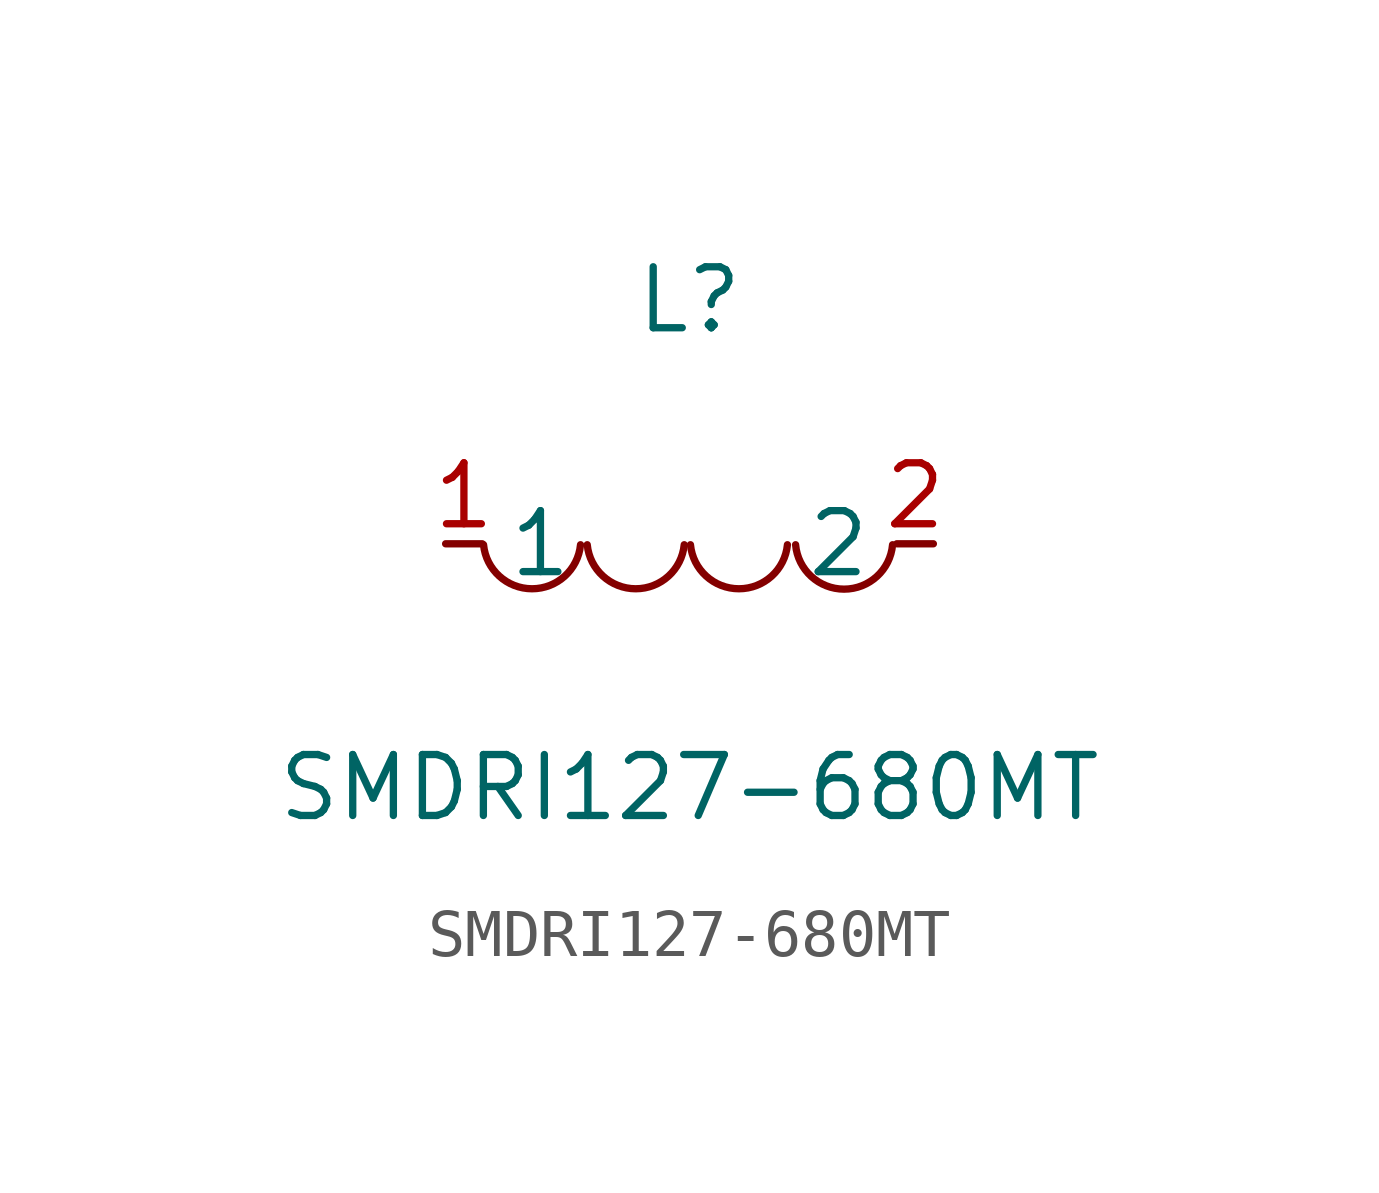
<source format=kicad_sym>
(kicad_symbol_lib
  (version 20211014)
  (generator https://github.com/uPesy/easyeda2kicad.py)
  (symbol "SMDRI127-680MT"
    (property "Reference" "L"
      (at 0 5.08 0)
      (effects (font (size 1.27 1.27))))
    (property "Value" "SMDRI127-680MT"
      (at 0 -5.08 0)
      (effects (font (size 1.27 1.27))))
    (symbol "SMDRI127-680MT_0_1"
      (arc (start -4.29 -0.02) (mid -2.52 -0.79) (end -2.27 -0.02) (stroke (width 0) (type default) (color 0 0 0 0)) (fill (type none)))
      (arc (start -2.13 -0.02) (mid -0.36 -0.79) (end -0.11 -0.02) (stroke (width 0) (type default) (color 0 0 0 0)) (fill (type none)))
      (arc (start 0.02 -0.02) (mid 1.79 -0.79) (end 2.04 -0.02) (stroke (width 0) (type default) (color 0 0 0 0)) (fill (type none)))
      (arc (start 2.21 -0.02) (mid 3.30 -1.12) (end 4.23 -0.02) (stroke (width 0) (type default) (color 0 0 0 0)) (fill (type none)))
      (pin unspecified line (at 5.08 -0.00 180) (length 0.762) (name "2" (effects (font (size 1.27 1.27)))) (number "2" (effects (font (size 1.27 1.27)))))
      (pin unspecified line (at -5.08 -0.00 0) (length 0.762) (name "1" (effects (font (size 1.27 1.27)))) (number "1" (effects (font (size 1.27 1.27))))))))
</source>
